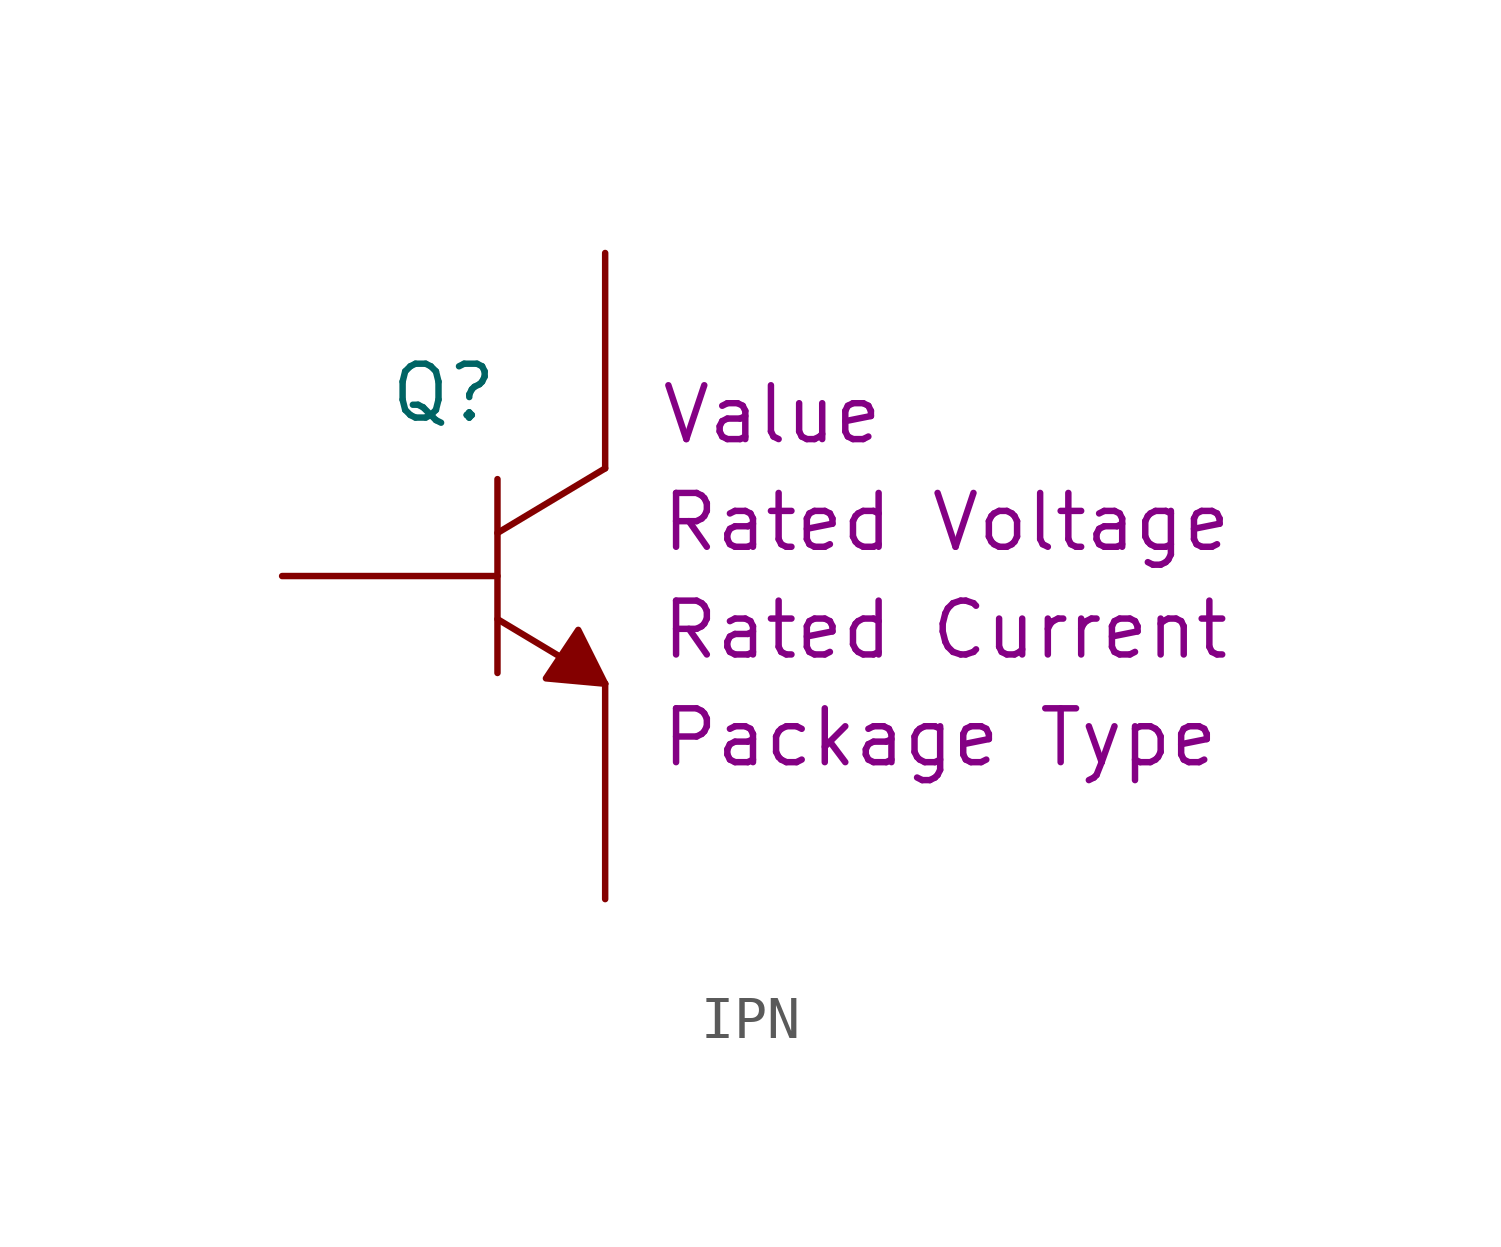
<source format=kicad_sym>
(kicad_symbol_lib
  (version 20211014)
  (generator kicad_symbol_editor)
  (symbol "IPN"
    (pin_numbers hide)
    (pin_names
      (offset 0) hide)
    (property "Reference" "Q"
      (at 0 4.318 0)
      (effects (font (size 1.27 1.27))))
    (property "Part Number" "Value"
      (at 5.08 3.81 0)
      (effects (font (size 1.27 1.27)) (justify left)))
    (property "Rated Voltage (Volt)" "Rated Voltage"
      (at 5.08 1.27 0)
      (effects (font (size 1.27 1.27)) (justify left)))
    (property "Rated Current (Amps)" "Rated Current"
      (at 5.08 -1.27 0)
      (effects (font (size 1.27 1.27)) (justify left)))
    (property "Package Type" "Package Type"
      (at 5.08 -3.81 0)
      (effects (font (size 1.27 1.27)) (justify left)))
    (symbol "IPN_0_1"
      (polyline (pts (xy 1.27 2.286) (xy 1.27 -2.286)) (stroke (width 0) (type default) (color 0 0 0 0)) (fill (type none)))
      (polyline (pts (xy 3.81 -2.54) (xy 1.27 -1.016)) (stroke (width 0) (type default) (color 0 0 0 0)) (fill (type none)))
      (polyline (pts (xy 3.81 2.54) (xy 1.27 1.016)) (stroke (width 0) (type default) (color 0 0 0 0)) (fill (type none)))
      (polyline (pts (xy 3.81 -2.54) (xy 3.175 -1.27) (xy 2.413 -2.413) (xy 3.81 -2.54)) (stroke (width 0) (type default) (color 0 0 0 0)) (fill (type outline))))
    (symbol "IPN_1_1"
      (pin input line (at -3.81 0 0) (length 5.08) (name "B" (effects (font (size 1.27 1.27)))) (number "~" (effects (font (size 1.27 1.27)))))
      (pin input line (at 3.81 7.62 270) (length 5.08) (name "C" (effects (font (size 1.27 1.27)))) (number "~" (effects (font (size 1.27 1.27)))))
      (pin output line (at 3.81 -7.62 90) (length 5.08) (name "E" (effects (font (size 1.27 1.27)))) (number "~" (effects (font (size 1.27 1.27))))))))
</source>
